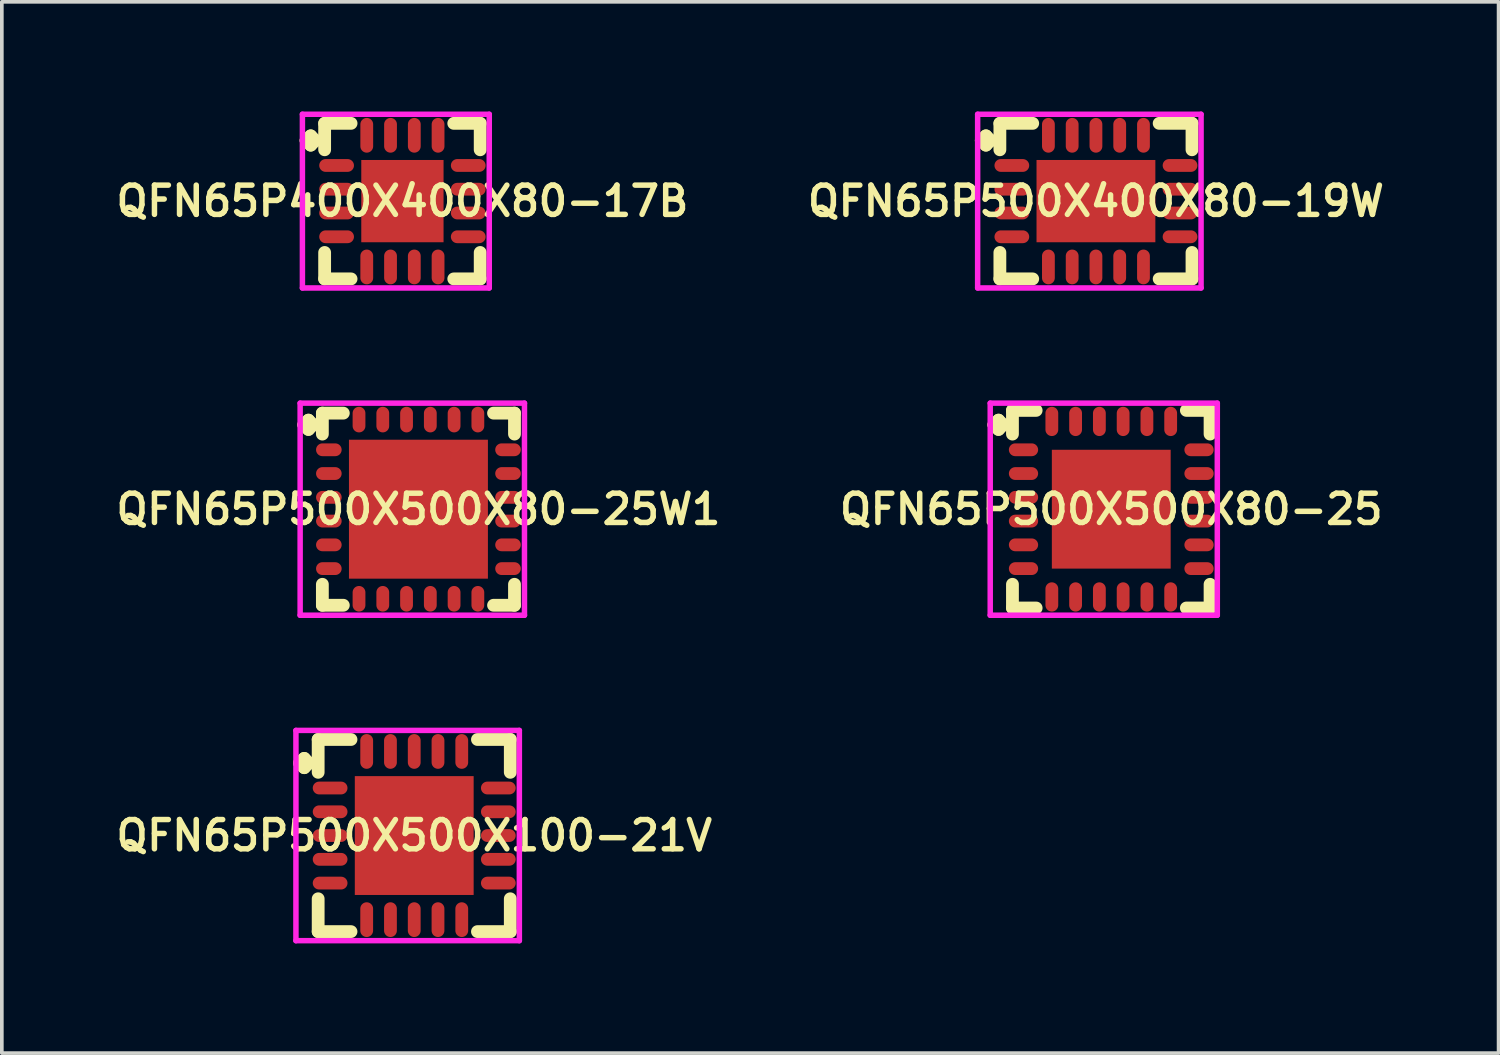
<source format=kicad_pcb>
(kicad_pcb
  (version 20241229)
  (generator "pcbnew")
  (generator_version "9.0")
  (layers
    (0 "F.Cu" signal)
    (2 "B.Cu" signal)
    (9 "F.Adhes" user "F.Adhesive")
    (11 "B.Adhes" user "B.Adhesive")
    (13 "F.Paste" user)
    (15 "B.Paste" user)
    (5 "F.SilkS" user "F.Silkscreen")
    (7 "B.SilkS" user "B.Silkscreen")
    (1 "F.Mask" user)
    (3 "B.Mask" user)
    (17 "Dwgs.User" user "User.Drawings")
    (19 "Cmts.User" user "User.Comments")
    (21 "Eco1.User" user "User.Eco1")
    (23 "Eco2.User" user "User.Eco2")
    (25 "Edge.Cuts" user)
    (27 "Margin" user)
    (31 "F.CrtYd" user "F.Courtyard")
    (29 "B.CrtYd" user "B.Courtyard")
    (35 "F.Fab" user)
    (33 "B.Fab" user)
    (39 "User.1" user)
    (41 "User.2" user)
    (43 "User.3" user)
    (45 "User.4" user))
  (footprint "QFN65P500X500X80-25W1"
    (layer "F.Cu")
    (at 8.393 10.875)
    (property "Reference" "QFN65P500X500X80-25W1" (at 0 0 0) (layer "F.SilkS") (effects (font (size 0.8 0.8) (thickness 0.15))))
    (attr smd)
    (fp_line (start -3.135 -2.308) (end -3.008 -2.435) (stroke (width 0.35) (type solid)) (layer "F.SilkS"))
    (fp_line (start -3.008 -2.435) (end -2.881 -2.308) (stroke (width 0.35) (type solid)) (layer "F.SilkS"))
    (fp_line (start -3.008 -2.181) (end -3.135 -2.308) (stroke (width 0.35) (type solid)) (layer "F.SilkS"))
    (fp_line (start -2.881 -2.308) (end -3.008 -2.181) (stroke (width 0.35) (type solid)) (layer "F.SilkS"))
    (fp_line (start -2.627 -2.627) (end -2.054 -2.627) (stroke (width 0.35) (type solid)) (layer "F.SilkS"))
    (fp_line (start -2.627 -2.054) (end -2.627 -2.627) (stroke (width 0.35) (type solid)) (layer "F.SilkS"))
    (fp_line (start -2.627 2.054) (end -2.627 2.627) (stroke (width 0.35) (type solid)) (layer "F.SilkS"))
    (fp_line (start -2.627 2.627) (end -2.054 2.627) (stroke (width 0.35) (type solid)) (layer "F.SilkS"))
    (fp_line (start 2.054 -2.627) (end 2.627 -2.627) (stroke (width 0.35) (type solid)) (layer "F.SilkS"))
    (fp_line (start 2.054 2.627) (end 2.627 2.627) (stroke (width 0.35) (type solid)) (layer "F.SilkS"))
    (fp_line (start 2.627 -2.627) (end 2.627 -2.054) (stroke (width 0.35) (type solid)) (layer "F.SilkS"))
    (fp_line (start 2.627 2.627) (end 2.627 2.054) (stroke (width 0.35) (type solid)) (layer "F.SilkS"))
    (fp_line (start -3.235 -2.9) (end 2.9 -2.9) (stroke (width 0.15) (type solid)) (layer "F.CrtYd"))
    (fp_line (start -3.235 2.9) (end -3.235 -2.9) (stroke (width 0.15) (type solid)) (layer "F.CrtYd"))
    (fp_line (start 2.9 -2.9) (end 2.9 2.9) (stroke (width 0.15) (type solid)) (layer "F.CrtYd"))
    (fp_line (start 2.9 2.9) (end -3.235 2.9) (stroke (width 0.15) (type solid)) (layer "F.CrtYd"))
    (pad "1" smd oval (at -2.45 -1.625) (size 0.7 0.35) (layers "F.Cu" "F.Mask" "F.Paste"))
    (pad "2" smd oval (at -2.45 -0.975) (size 0.7 0.35) (layers "F.Cu" "F.Mask" "F.Paste"))
    (pad "3" smd oval (at -2.45 -0.325) (size 0.7 0.35) (layers "F.Cu" "F.Mask" "F.Paste"))
    (pad "4" smd oval (at -2.45 0.325) (size 0.7 0.35) (layers "F.Cu" "F.Mask" "F.Paste"))
    (pad "5" smd oval (at -2.45 0.975) (size 0.7 0.35) (layers "F.Cu" "F.Mask" "F.Paste"))
    (pad "6" smd oval (at -2.45 1.625) (size 0.7 0.35) (layers "F.Cu" "F.Mask" "F.Paste"))
    (pad "7" smd oval (at -1.625 2.45) (size 0.35 0.7) (layers "F.Cu" "F.Mask" "F.Paste"))
    (pad "8" smd oval (at -0.975 2.45) (size 0.35 0.7) (layers "F.Cu" "F.Mask" "F.Paste"))
    (pad "9" smd oval (at -0.325 2.45) (size 0.35 0.7) (layers "F.Cu" "F.Mask" "F.Paste"))
    (pad "10" smd oval (at 0.325 2.45) (size 0.35 0.7) (layers "F.Cu" "F.Mask" "F.Paste"))
    (pad "11" smd oval (at 0.975 2.45) (size 0.35 0.7) (layers "F.Cu" "F.Mask" "F.Paste"))
    (pad "12" smd oval (at 1.625 2.45) (size 0.35 0.7) (layers "F.Cu" "F.Mask" "F.Paste"))
    (pad "13" smd oval (at 2.45 1.625) (size 0.7 0.35) (layers "F.Cu" "F.Mask" "F.Paste"))
    (pad "14" smd oval (at 2.45 0.975) (size 0.7 0.35) (layers "F.Cu" "F.Mask" "F.Paste"))
    (pad "15" smd oval (at 2.45 0.325) (size 0.7 0.35) (layers "F.Cu" "F.Mask" "F.Paste"))
    (pad "16" smd oval (at 2.45 -0.325) (size 0.7 0.35) (layers "F.Cu" "F.Mask" "F.Paste"))
    (pad "17" smd oval (at 2.45 -0.975) (size 0.7 0.35) (layers "F.Cu" "F.Mask" "F.Paste"))
    (pad "18" smd oval (at 2.45 -1.625) (size 0.7 0.35) (layers "F.Cu" "F.Mask" "F.Paste"))
    (pad "19" smd oval (at 1.625 -2.45) (size 0.35 0.7) (layers "F.Cu" "F.Mask" "F.Paste"))
    (pad "20" smd oval (at 0.975 -2.45) (size 0.35 0.7) (layers "F.Cu" "F.Mask" "F.Paste"))
    (pad "21" smd oval (at 0.325 -2.45) (size 0.35 0.7) (layers "F.Cu" "F.Mask" "F.Paste"))
    (pad "22" smd oval (at -0.325 -2.45) (size 0.35 0.7) (layers "F.Cu" "F.Mask" "F.Paste"))
    (pad "23" smd oval (at -0.975 -2.45) (size 0.35 0.7) (layers "F.Cu" "F.Mask" "F.Paste"))
    (pad "24" smd oval (at -1.625 -2.45) (size 0.35 0.7) (layers "F.Cu" "F.Mask" "F.Paste"))
    (pad "25" smd rect (at 0 0) (size 3.8 3.8) (layers "F.Cu" "F.Mask" "F.Paste")))
  (footprint "QFN65P400X400X80-17B"
    (layer "F.Cu")
    (at 7.955 2.45)
    (property "Reference" "QFN65P400X400X80-17B" (at 0 0 0) (layer "F.SilkS") (effects (font (size 0.8 0.8) (thickness 0.15))))
    (attr smd)
    (fp_line (start -2.635 -1.658) (end -2.508 -1.785) (stroke (width 0.35) (type solid)) (layer "F.SilkS"))
    (fp_line (start -2.508 -1.785) (end -2.381 -1.658) (stroke (width 0.35) (type solid)) (layer "F.SilkS"))
    (fp_line (start -2.508 -1.531) (end -2.635 -1.658) (stroke (width 0.35) (type solid)) (layer "F.SilkS"))
    (fp_line (start -2.381 -1.658) (end -2.508 -1.531) (stroke (width 0.35) (type solid)) (layer "F.SilkS"))
    (fp_line (start -2.127 -2.127) (end -1.404 -2.127) (stroke (width 0.35) (type solid)) (layer "F.SilkS"))
    (fp_line (start -2.127 -1.404) (end -2.127 -2.127) (stroke (width 0.35) (type solid)) (layer "F.SilkS"))
    (fp_line (start -2.127 1.404) (end -2.127 2.127) (stroke (width 0.35) (type solid)) (layer "F.SilkS"))
    (fp_line (start -2.127 2.127) (end -1.404 2.127) (stroke (width 0.35) (type solid)) (layer "F.SilkS"))
    (fp_line (start 1.404 -2.127) (end 2.127 -2.127) (stroke (width 0.35) (type solid)) (layer "F.SilkS"))
    (fp_line (start 1.404 2.127) (end 2.127 2.127) (stroke (width 0.35) (type solid)) (layer "F.SilkS"))
    (fp_line (start 2.127 -2.127) (end 2.127 -1.404) (stroke (width 0.35) (type solid)) (layer "F.SilkS"))
    (fp_line (start 2.127 2.127) (end 2.127 1.404) (stroke (width 0.35) (type solid)) (layer "F.SilkS"))
    (fp_line (start -2.735 -2.375) (end 2.375 -2.375) (stroke (width 0.15) (type solid)) (layer "F.CrtYd"))
    (fp_line (start -2.735 2.375) (end -2.735 -2.375) (stroke (width 0.15) (type solid)) (layer "F.CrtYd"))
    (fp_line (start 2.375 -2.375) (end 2.375 2.375) (stroke (width 0.15) (type solid)) (layer "F.CrtYd"))
    (fp_line (start 2.375 2.375) (end -2.735 2.375) (stroke (width 0.15) (type solid)) (layer "F.CrtYd"))
    (pad "1" smd oval (at -1.8 -0.975) (size 0.95 0.35) (layers "F.Cu" "F.Mask" "F.Paste"))
    (pad "2" smd oval (at -1.8 -0.325) (size 0.95 0.35) (layers "F.Cu" "F.Mask" "F.Paste"))
    (pad "3" smd oval (at -1.8 0.325) (size 0.95 0.35) (layers "F.Cu" "F.Mask" "F.Paste"))
    (pad "4" smd oval (at -1.8 0.975) (size 0.95 0.35) (layers "F.Cu" "F.Mask" "F.Paste"))
    (pad "5" smd oval (at -0.975 1.8) (size 0.35 0.95) (layers "F.Cu" "F.Mask" "F.Paste"))
    (pad "6" smd oval (at -0.325 1.8) (size 0.35 0.95) (layers "F.Cu" "F.Mask" "F.Paste"))
    (pad "7" smd oval (at 0.325 1.8) (size 0.35 0.95) (layers "F.Cu" "F.Mask" "F.Paste"))
    (pad "8" smd oval (at 0.975 1.8) (size 0.35 0.95) (layers "F.Cu" "F.Mask" "F.Paste"))
    (pad "9" smd oval (at 1.8 0.975) (size 0.95 0.35) (layers "F.Cu" "F.Mask" "F.Paste"))
    (pad "10" smd oval (at 1.8 0.325) (size 0.95 0.35) (layers "F.Cu" "F.Mask" "F.Paste"))
    (pad "11" smd oval (at 1.8 -0.325) (size 0.95 0.35) (layers "F.Cu" "F.Mask" "F.Paste"))
    (pad "12" smd oval (at 1.8 -0.975) (size 0.95 0.35) (layers "F.Cu" "F.Mask" "F.Paste"))
    (pad "13" smd oval (at 0.975 -1.8) (size 0.35 0.95) (layers "F.Cu" "F.Mask" "F.Paste"))
    (pad "14" smd oval (at 0.325 -1.8) (size 0.35 0.95) (layers "F.Cu" "F.Mask" "F.Paste"))
    (pad "15" smd oval (at -0.325 -1.8) (size 0.35 0.95) (layers "F.Cu" "F.Mask" "F.Paste"))
    (pad "16" smd oval (at -0.975 -1.8) (size 0.35 0.95) (layers "F.Cu" "F.Mask" "F.Paste"))
    (pad "17" smd rect (at 0 0) (size 2.25 2.25) (layers "F.Cu" "F.Mask" "F.Paste")))
  (footprint "QFN65P500X400X80-19W"
    (layer "F.Cu")
    (at 26.921 2.45)
    (property "Reference" "QFN65P500X400X80-19W" (at 0 0 0) (layer "F.SilkS") (effects (font (size 0.8 0.8) (thickness 0.15))))
    (attr through_hole)
    (fp_line (start -3.135 -1.658) (end -3.008 -1.785) (stroke (width 0.35) (type solid)) (layer "F.SilkS"))
    (fp_line (start -3.008 -1.785) (end -2.881 -1.658) (stroke (width 0.35) (type solid)) (layer "F.SilkS"))
    (fp_line (start -3.008 -1.531) (end -3.135 -1.658) (stroke (width 0.35) (type solid)) (layer "F.SilkS"))
    (fp_line (start -2.881 -1.658) (end -3.008 -1.531) (stroke (width 0.35) (type solid)) (layer "F.SilkS"))
    (fp_line (start -2.627 -2.127) (end -1.729 -2.127) (stroke (width 0.35) (type solid)) (layer "F.SilkS"))
    (fp_line (start -2.627 -1.404) (end -2.627 -2.127) (stroke (width 0.35) (type solid)) (layer "F.SilkS"))
    (fp_line (start -2.627 1.404) (end -2.627 2.127) (stroke (width 0.35) (type solid)) (layer "F.SilkS"))
    (fp_line (start -2.627 2.127) (end -1.729 2.127) (stroke (width 0.35) (type solid)) (layer "F.SilkS"))
    (fp_line (start 1.729 -2.127) (end 2.627 -2.127) (stroke (width 0.35) (type solid)) (layer "F.SilkS"))
    (fp_line (start 1.729 2.127) (end 2.627 2.127) (stroke (width 0.35) (type solid)) (layer "F.SilkS"))
    (fp_line (start 2.627 -2.127) (end 2.627 -1.404) (stroke (width 0.35) (type solid)) (layer "F.SilkS"))
    (fp_line (start 2.627 2.127) (end 2.627 1.404) (stroke (width 0.35) (type solid)) (layer "F.SilkS"))
    (fp_line (start -3.235 -2.375) (end 2.875 -2.375) (stroke (width 0.15) (type solid)) (layer "F.CrtYd"))
    (fp_line (start -3.235 2.375) (end -3.235 -2.375) (stroke (width 0.15) (type solid)) (layer "F.CrtYd"))
    (fp_line (start 2.875 -2.375) (end 2.875 2.375) (stroke (width 0.15) (type solid)) (layer "F.CrtYd"))
    (fp_line (start 2.875 2.375) (end -3.235 2.375) (stroke (width 0.15) (type solid)) (layer "F.CrtYd"))
    (pad "1" smd oval (at -2.3 -0.975) (size 0.95 0.35) (layers "F.Cu" "F.Mask" "F.Paste"))
    (pad "2" smd oval (at -2.3 -0.325) (size 0.95 0.35) (layers "F.Cu" "F.Mask" "F.Paste"))
    (pad "3" smd oval (at -2.3 0.325) (size 0.95 0.35) (layers "F.Cu" "F.Mask" "F.Paste"))
    (pad "4" smd oval (at -2.3 0.975) (size 0.95 0.35) (layers "F.Cu" "F.Mask" "F.Paste"))
    (pad "5" smd oval (at -1.3 1.8) (size 0.35 0.95) (layers "F.Cu" "F.Mask" "F.Paste"))
    (pad "6" smd oval (at -0.65 1.8) (size 0.35 0.95) (layers "F.Cu" "F.Mask" "F.Paste"))
    (pad "7" smd oval (at 0 1.8) (size 0.35 0.95) (layers "F.Cu" "F.Mask" "F.Paste"))
    (pad "8" smd oval (at 0.65 1.8) (size 0.35 0.95) (layers "F.Cu" "F.Mask" "F.Paste"))
    (pad "9" smd oval (at 1.3 1.8) (size 0.35 0.95) (layers "F.Cu" "F.Mask" "F.Paste"))
    (pad "10" smd oval (at 2.3 0.975) (size 0.95 0.35) (layers "F.Cu" "F.Mask" "F.Paste"))
    (pad "11" smd oval (at 2.3 0.325) (size 0.95 0.35) (layers "F.Cu" "F.Mask" "F.Paste"))
    (pad "12" smd oval (at 2.3 -0.325) (size 0.95 0.35) (layers "F.Cu" "F.Mask" "F.Paste"))
    (pad "13" smd oval (at 2.3 -0.975) (size 0.95 0.35) (layers "F.Cu" "F.Mask" "F.Paste"))
    (pad "14" smd oval (at 1.3 -1.8) (size 0.35 0.95) (layers "F.Cu" "F.Mask" "F.Paste"))
    (pad "15" smd oval (at 0.65 -1.8) (size 0.35 0.95) (layers "F.Cu" "F.Mask" "F.Paste"))
    (pad "16" smd oval (at 0 -1.8) (size 0.35 0.95) (layers "F.Cu" "F.Mask" "F.Paste"))
    (pad "17" smd oval (at -0.65 -1.8) (size 0.35 0.95) (layers "F.Cu" "F.Mask" "F.Paste"))
    (pad "18" smd oval (at -1.3 -1.8) (size 0.35 0.95) (layers "F.Cu" "F.Mask" "F.Paste"))
    (pad "19" smd rect (at 0 0) (size 3.25 2.25) (layers "F.Cu" "F.Mask" "F.Paste")))
  (footprint "QFN65P500X500X100-21V"
    (layer "F.Cu")
    (at 8.278 19.8)
    (property "Reference" "QFN65P500X500X100-21V" (at 0 0 0) (layer "F.SilkS") (effects (font (size 0.8 0.8) (thickness 0.15))))
    (attr smd)
    (fp_line (start -3.135 -1.983) (end -3.008 -2.11) (stroke (width 0.35) (type solid)) (layer "F.SilkS"))
    (fp_line (start -3.008 -2.11) (end -2.881 -1.983) (stroke (width 0.35) (type solid)) (layer "F.SilkS"))
    (fp_line (start -3.008 -1.856) (end -3.135 -1.983) (stroke (width 0.35) (type solid)) (layer "F.SilkS"))
    (fp_line (start -2.881 -1.983) (end -3.008 -1.856) (stroke (width 0.35) (type solid)) (layer "F.SilkS"))
    (fp_line (start -2.627 -2.627) (end -1.729 -2.627) (stroke (width 0.35) (type solid)) (layer "F.SilkS"))
    (fp_line (start -2.627 -1.729) (end -2.627 -2.627) (stroke (width 0.35) (type solid)) (layer "F.SilkS"))
    (fp_line (start -2.627 1.729) (end -2.627 2.627) (stroke (width 0.35) (type solid)) (layer "F.SilkS"))
    (fp_line (start -2.627 2.627) (end -1.729 2.627) (stroke (width 0.35) (type solid)) (layer "F.SilkS"))
    (fp_line (start 1.729 -2.627) (end 2.627 -2.627) (stroke (width 0.35) (type solid)) (layer "F.SilkS"))
    (fp_line (start 1.729 2.627) (end 2.627 2.627) (stroke (width 0.35) (type solid)) (layer "F.SilkS"))
    (fp_line (start 2.627 -2.627) (end 2.627 -1.729) (stroke (width 0.35) (type solid)) (layer "F.SilkS"))
    (fp_line (start 2.627 2.627) (end 2.627 1.729) (stroke (width 0.35) (type solid)) (layer "F.SilkS"))
    (fp_line (start -3.235 -2.875) (end 2.875 -2.875) (stroke (width 0.15) (type solid)) (layer "F.CrtYd"))
    (fp_line (start -3.235 2.875) (end -3.235 -2.875) (stroke (width 0.15) (type solid)) (layer "F.CrtYd"))
    (fp_line (start 2.875 -2.875) (end 2.875 2.875) (stroke (width 0.15) (type solid)) (layer "F.CrtYd"))
    (fp_line (start 2.875 2.875) (end -3.235 2.875) (stroke (width 0.15) (type solid)) (layer "F.CrtYd"))
    (pad "1" smd oval (at -2.3 -1.3) (size 0.95 0.35) (layers "F.Cu" "F.Mask" "F.Paste"))
    (pad "2" smd oval (at -2.3 -0.65) (size 0.95 0.35) (layers "F.Cu" "F.Mask" "F.Paste"))
    (pad "3" smd oval (at -2.3 0) (size 0.95 0.35) (layers "F.Cu" "F.Mask" "F.Paste"))
    (pad "4" smd oval (at -2.3 0.65) (size 0.95 0.35) (layers "F.Cu" "F.Mask" "F.Paste"))
    (pad "5" smd oval (at -2.3 1.3) (size 0.95 0.35) (layers "F.Cu" "F.Mask" "F.Paste"))
    (pad "6" smd oval (at -1.3 2.3) (size 0.35 0.95) (layers "F.Cu" "F.Mask" "F.Paste"))
    (pad "7" smd oval (at -0.65 2.3) (size 0.35 0.95) (layers "F.Cu" "F.Mask" "F.Paste"))
    (pad "8" smd oval (at 0 2.3) (size 0.35 0.95) (layers "F.Cu" "F.Mask" "F.Paste"))
    (pad "9" smd oval (at 0.65 2.3) (size 0.35 0.95) (layers "F.Cu" "F.Mask" "F.Paste"))
    (pad "10" smd oval (at 1.3 2.3) (size 0.35 0.95) (layers "F.Cu" "F.Mask" "F.Paste"))
    (pad "11" smd oval (at 2.3 1.3) (size 0.95 0.35) (layers "F.Cu" "F.Mask" "F.Paste"))
    (pad "12" smd oval (at 2.3 0.65) (size 0.95 0.35) (layers "F.Cu" "F.Mask" "F.Paste"))
    (pad "13" smd oval (at 2.3 0) (size 0.95 0.35) (layers "F.Cu" "F.Mask" "F.Paste"))
    (pad "14" smd oval (at 2.3 -0.65) (size 0.95 0.35) (layers "F.Cu" "F.Mask" "F.Paste"))
    (pad "15" smd oval (at 2.3 -1.3) (size 0.95 0.35) (layers "F.Cu" "F.Mask" "F.Paste"))
    (pad "16" smd oval (at 1.3 -2.3) (size 0.35 0.95) (layers "F.Cu" "F.Mask" "F.Paste"))
    (pad "17" smd oval (at 0.65 -2.3) (size 0.35 0.95) (layers "F.Cu" "F.Mask" "F.Paste"))
    (pad "18" smd oval (at 0 -2.3) (size 0.35 0.95) (layers "F.Cu" "F.Mask" "F.Paste"))
    (pad "19" smd oval (at -0.65 -2.3) (size 0.35 0.95) (layers "F.Cu" "F.Mask" "F.Paste"))
    (pad "20" smd oval (at -1.3 -2.3) (size 0.35 0.95) (layers "F.Cu" "F.Mask" "F.Paste"))
    (pad "21" smd rect (at 0 0) (size 3.25 3.25) (layers "F.Cu" "F.Mask" "F.Paste")))
  (footprint "QFN65P500X500X80-25"
    (layer "F.Cu")
    (at 27.34 10.875)
    (property "Reference" "QFN65P500X500X80-25" (at 0 0 0) (layer "F.SilkS") (effects (font (size 0.8 0.8) (thickness 0.15))))
    (attr smd)
    (fp_line (start -3.21 -2.308) (end -3.083 -2.435) (stroke (width 0.35) (type solid)) (layer "F.SilkS"))
    (fp_line (start -3.083 -2.435) (end -2.956 -2.308) (stroke (width 0.35) (type solid)) (layer "F.SilkS"))
    (fp_line (start -3.083 -2.181) (end -3.21 -2.308) (stroke (width 0.35) (type solid)) (layer "F.SilkS"))
    (fp_line (start -2.956 -2.308) (end -3.083 -2.181) (stroke (width 0.35) (type solid)) (layer "F.SilkS"))
    (fp_line (start -2.702 -2.702) (end -2.054 -2.702) (stroke (width 0.35) (type solid)) (layer "F.SilkS"))
    (fp_line (start -2.702 -2.054) (end -2.702 -2.702) (stroke (width 0.35) (type solid)) (layer "F.SilkS"))
    (fp_line (start -2.702 2.054) (end -2.702 2.702) (stroke (width 0.35) (type solid)) (layer "F.SilkS"))
    (fp_line (start -2.702 2.702) (end -2.054 2.702) (stroke (width 0.35) (type solid)) (layer "F.SilkS"))
    (fp_line (start 2.054 -2.702) (end 2.702 -2.702) (stroke (width 0.35) (type solid)) (layer "F.SilkS"))
    (fp_line (start 2.054 2.702) (end 2.702 2.702) (stroke (width 0.35) (type solid)) (layer "F.SilkS"))
    (fp_line (start 2.702 -2.702) (end 2.702 -2.054) (stroke (width 0.35) (type solid)) (layer "F.SilkS"))
    (fp_line (start 2.702 2.702) (end 2.702 2.054) (stroke (width 0.35) (type solid)) (layer "F.SilkS"))
    (fp_line (start -3.31 -2.9) (end 2.9 -2.9) (stroke (width 0.15) (type solid)) (layer "F.CrtYd"))
    (fp_line (start -3.31 2.9) (end -3.31 -2.9) (stroke (width 0.15) (type solid)) (layer "F.CrtYd"))
    (fp_line (start 2.9 -2.9) (end 2.9 2.9) (stroke (width 0.15) (type solid)) (layer "F.CrtYd"))
    (fp_line (start 2.9 2.9) (end -3.31 2.9) (stroke (width 0.15) (type solid)) (layer "F.CrtYd"))
    (pad "1" smd oval (at -2.4 -1.625) (size 0.8 0.35) (layers "F.Cu" "F.Mask" "F.Paste"))
    (pad "2" smd oval (at -2.4 -0.975) (size 0.8 0.35) (layers "F.Cu" "F.Mask" "F.Paste"))
    (pad "3" smd oval (at -2.4 -0.325) (size 0.8 0.35) (layers "F.Cu" "F.Mask" "F.Paste"))
    (pad "4" smd oval (at -2.4 0.325) (size 0.8 0.35) (layers "F.Cu" "F.Mask" "F.Paste"))
    (pad "5" smd oval (at -2.4 0.975) (size 0.8 0.35) (layers "F.Cu" "F.Mask" "F.Paste"))
    (pad "6" smd oval (at -2.4 1.625) (size 0.8 0.35) (layers "F.Cu" "F.Mask" "F.Paste"))
    (pad "7" smd oval (at -1.625 2.4) (size 0.35 0.8) (layers "F.Cu" "F.Mask" "F.Paste"))
    (pad "8" smd oval (at -0.975 2.4) (size 0.35 0.8) (layers "F.Cu" "F.Mask" "F.Paste"))
    (pad "9" smd oval (at -0.325 2.4) (size 0.35 0.8) (layers "F.Cu" "F.Mask" "F.Paste"))
    (pad "10" smd oval (at 0.325 2.4) (size 0.35 0.8) (layers "F.Cu" "F.Mask" "F.Paste"))
    (pad "11" smd oval (at 0.975 2.4) (size 0.35 0.8) (layers "F.Cu" "F.Mask" "F.Paste"))
    (pad "12" smd oval (at 1.625 2.4) (size 0.35 0.8) (layers "F.Cu" "F.Mask" "F.Paste"))
    (pad "13" smd oval (at 2.4 1.625) (size 0.8 0.35) (layers "F.Cu" "F.Mask" "F.Paste"))
    (pad "14" smd oval (at 2.4 0.975) (size 0.8 0.35) (layers "F.Cu" "F.Mask" "F.Paste"))
    (pad "15" smd oval (at 2.4 0.325) (size 0.8 0.35) (layers "F.Cu" "F.Mask" "F.Paste"))
    (pad "16" smd oval (at 2.4 -0.325) (size 0.8 0.35) (layers "F.Cu" "F.Mask" "F.Paste"))
    (pad "17" smd oval (at 2.4 -0.975) (size 0.8 0.35) (layers "F.Cu" "F.Mask" "F.Paste"))
    (pad "18" smd oval (at 2.4 -1.625) (size 0.8 0.35) (layers "F.Cu" "F.Mask" "F.Paste"))
    (pad "19" smd oval (at 1.625 -2.4) (size 0.35 0.8) (layers "F.Cu" "F.Mask" "F.Paste"))
    (pad "20" smd oval (at 0.975 -2.4) (size 0.35 0.8) (layers "F.Cu" "F.Mask" "F.Paste"))
    (pad "21" smd oval (at 0.325 -2.4) (size 0.35 0.8) (layers "F.Cu" "F.Mask" "F.Paste"))
    (pad "22" smd oval (at -0.325 -2.4) (size 0.35 0.8) (layers "F.Cu" "F.Mask" "F.Paste"))
    (pad "23" smd oval (at -0.975 -2.4) (size 0.35 0.8) (layers "F.Cu" "F.Mask" "F.Paste"))
    (pad "24" smd oval (at -1.625 -2.4) (size 0.35 0.8) (layers "F.Cu" "F.Mask" "F.Paste"))
    (pad "25" smd rect (at 0 0) (size 3.25 3.25) (layers "F.Cu" "F.Mask" "F.Paste")))
  (gr_rect
    (start -3 -3)
    (end 37.932 25.75)
    (stroke (width 0.1) (type default))
    (fill no)
    (layer "Edge.Cuts")))
</source>
